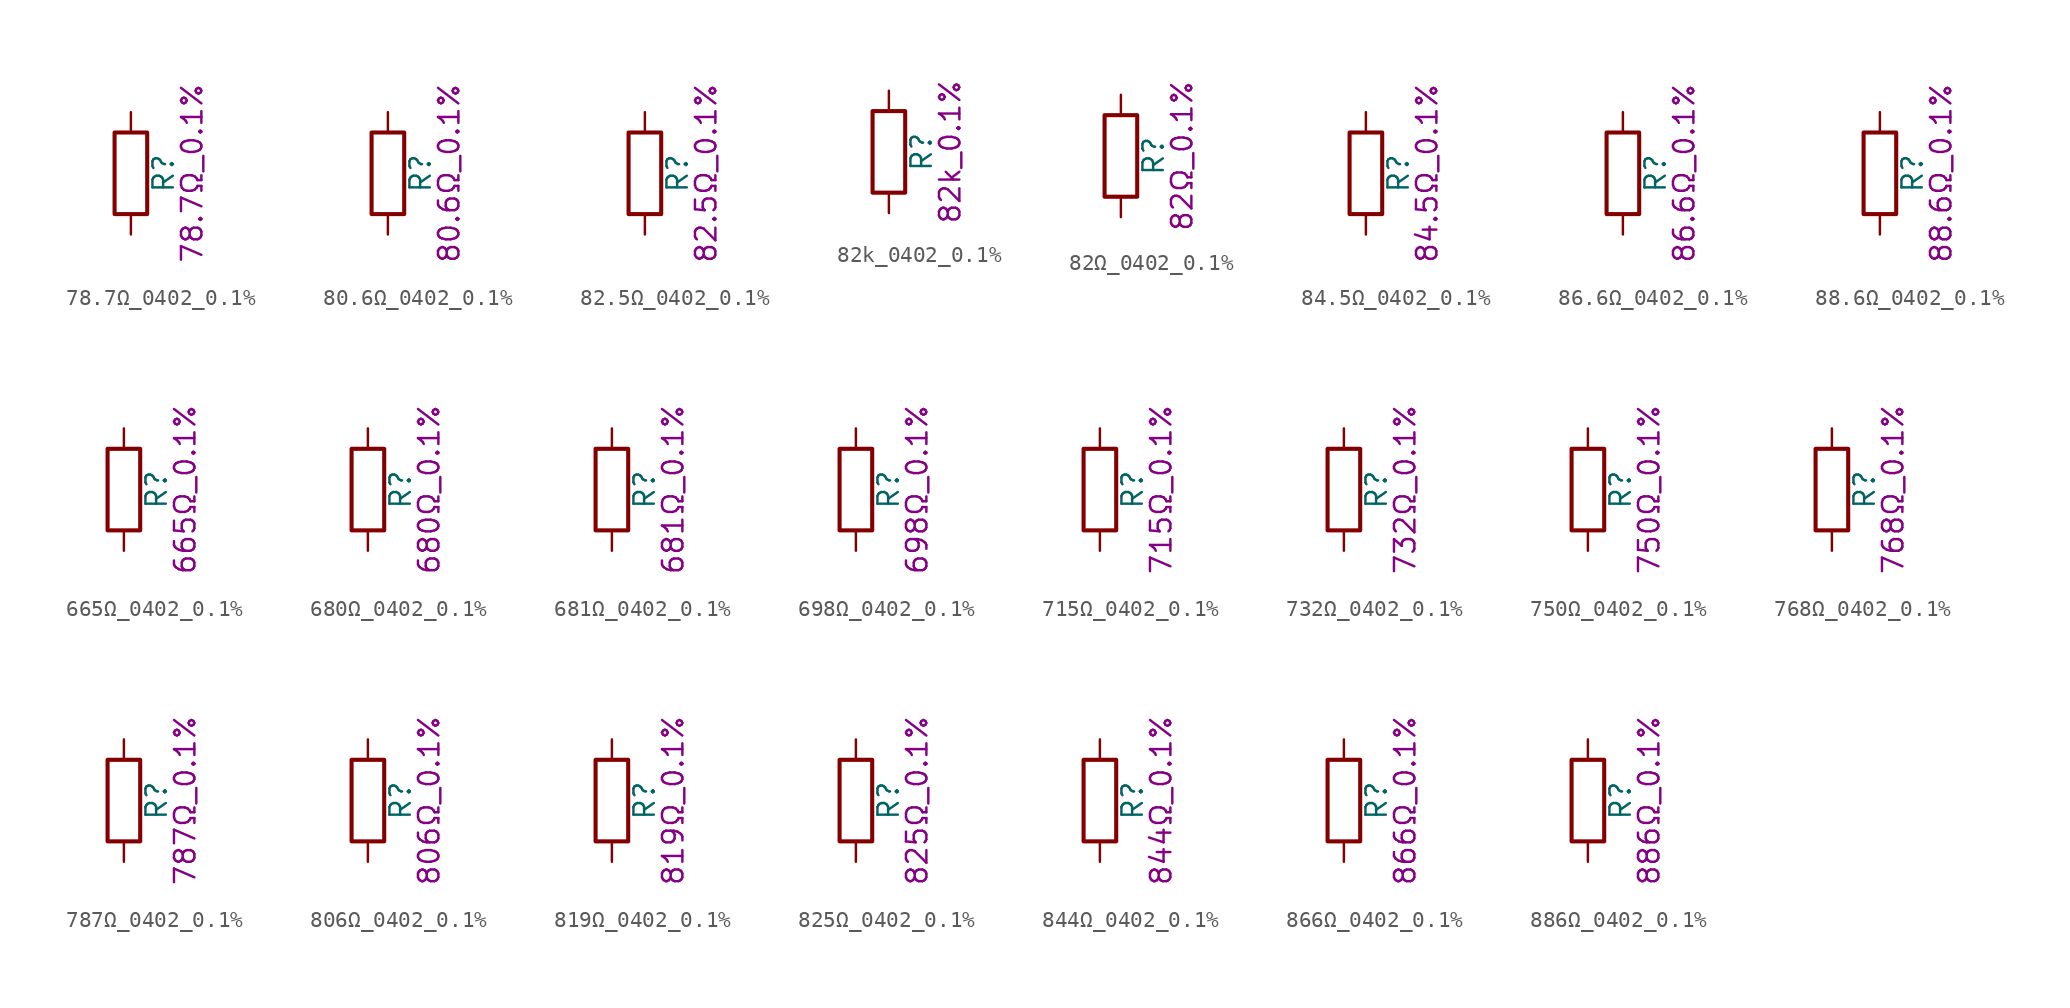
<source format=kicad_sym>
(kicad_symbol_lib
  (version 20211014)
  (generator kicad_symbol_editor)
  (symbol "78.7Ω_0402_0.1%"
    (pin_numbers hide)
    (pin_names
      (offset 0))
    (property "Reference" "R"
      (at 2.032 0 90)
      (effects (font (size 1.27 1.27))))
    (property "Display" "78.7Ω_0.1%"
      (at 3.81 0 90)
      (effects (font (size 1.27 1.27))))
    (symbol "78.7Ω_0402_0.1%_0_1"
      (rectangle (start -1.016 -2.54) (end 1.016 2.54) (stroke (width 0.254) (type default) (color 0 0 0 0)) (fill (type none))))
    (symbol "78.7Ω_0402_0.1%_1_1"
      (pin passive line (at 0 3.81 270) (length 1.27) (name "~" (effects (font (size 1.27 1.27)))) (number "1" (effects (font (size 1.27 1.27)))))
      (pin passive line (at 0 -3.81 90) (length 1.27) (name "~" (effects (font (size 1.27 1.27)))) (number "2" (effects (font (size 1.27 1.27)))))))
  (symbol "80.6Ω_0402_0.1%"
    (pin_numbers hide)
    (pin_names
      (offset 0))
    (property "Reference" "R"
      (at 2.032 0 90)
      (effects (font (size 1.27 1.27))))
    (property "Display" "80.6Ω_0.1%"
      (at 3.81 0 90)
      (effects (font (size 1.27 1.27))))
    (symbol "80.6Ω_0402_0.1%_0_1"
      (rectangle (start -1.016 -2.54) (end 1.016 2.54) (stroke (width 0.254) (type default) (color 0 0 0 0)) (fill (type none))))
    (symbol "80.6Ω_0402_0.1%_1_1"
      (pin passive line (at 0 3.81 270) (length 1.27) (name "~" (effects (font (size 1.27 1.27)))) (number "1" (effects (font (size 1.27 1.27)))))
      (pin passive line (at 0 -3.81 90) (length 1.27) (name "~" (effects (font (size 1.27 1.27)))) (number "2" (effects (font (size 1.27 1.27)))))))
  (symbol "82.5Ω_0402_0.1%"
    (pin_numbers hide)
    (pin_names
      (offset 0))
    (property "Reference" "R"
      (at 2.032 0 90)
      (effects (font (size 1.27 1.27))))
    (property "Display" "82.5Ω_0.1%"
      (at 3.81 0 90)
      (effects (font (size 1.27 1.27))))
    (symbol "82.5Ω_0402_0.1%_0_1"
      (rectangle (start -1.016 -2.54) (end 1.016 2.54) (stroke (width 0.254) (type default) (color 0 0 0 0)) (fill (type none))))
    (symbol "82.5Ω_0402_0.1%_1_1"
      (pin passive line (at 0 3.81 270) (length 1.27) (name "~" (effects (font (size 1.27 1.27)))) (number "1" (effects (font (size 1.27 1.27)))))
      (pin passive line (at 0 -3.81 90) (length 1.27) (name "~" (effects (font (size 1.27 1.27)))) (number "2" (effects (font (size 1.27 1.27)))))))
  (symbol "82k_0402_0.1%"
    (pin_numbers hide)
    (pin_names
      (offset 0))
    (property "Reference" "R"
      (at 2.032 0 90)
      (effects (font (size 1.27 1.27))))
    (property "Display" "82k_0.1%"
      (at 3.81 0 90)
      (effects (font (size 1.27 1.27))))
    (symbol "82k_0402_0.1%_0_1"
      (rectangle (start -1.016 -2.54) (end 1.016 2.54) (stroke (width 0.254) (type default) (color 0 0 0 0)) (fill (type none))))
    (symbol "82k_0402_0.1%_1_1"
      (pin passive line (at 0 3.81 270) (length 1.27) (name "~" (effects (font (size 1.27 1.27)))) (number "1" (effects (font (size 1.27 1.27)))))
      (pin passive line (at 0 -3.81 90) (length 1.27) (name "~" (effects (font (size 1.27 1.27)))) (number "2" (effects (font (size 1.27 1.27)))))))
  (symbol "82Ω_0402_0.1%"
    (pin_numbers hide)
    (pin_names
      (offset 0))
    (property "Reference" "R"
      (at 2.032 0 90)
      (effects (font (size 1.27 1.27))))
    (property "Display" "82Ω_0.1%"
      (at 3.81 0 90)
      (effects (font (size 1.27 1.27))))
    (symbol "82Ω_0402_0.1%_0_1"
      (rectangle (start -1.016 -2.54) (end 1.016 2.54) (stroke (width 0.254) (type default) (color 0 0 0 0)) (fill (type none))))
    (symbol "82Ω_0402_0.1%_1_1"
      (pin passive line (at 0 3.81 270) (length 1.27) (name "~" (effects (font (size 1.27 1.27)))) (number "1" (effects (font (size 1.27 1.27)))))
      (pin passive line (at 0 -3.81 90) (length 1.27) (name "~" (effects (font (size 1.27 1.27)))) (number "2" (effects (font (size 1.27 1.27)))))))
  (symbol "84.5Ω_0402_0.1%"
    (pin_numbers hide)
    (pin_names
      (offset 0))
    (property "Reference" "R"
      (at 2.032 0 90)
      (effects (font (size 1.27 1.27))))
    (property "Display" "84.5Ω_0.1%"
      (at 3.81 0 90)
      (effects (font (size 1.27 1.27))))
    (symbol "84.5Ω_0402_0.1%_0_1"
      (rectangle (start -1.016 -2.54) (end 1.016 2.54) (stroke (width 0.254) (type default) (color 0 0 0 0)) (fill (type none))))
    (symbol "84.5Ω_0402_0.1%_1_1"
      (pin passive line (at 0 3.81 270) (length 1.27) (name "~" (effects (font (size 1.27 1.27)))) (number "1" (effects (font (size 1.27 1.27)))))
      (pin passive line (at 0 -3.81 90) (length 1.27) (name "~" (effects (font (size 1.27 1.27)))) (number "2" (effects (font (size 1.27 1.27)))))))
  (symbol "86.6Ω_0402_0.1%"
    (pin_numbers hide)
    (pin_names
      (offset 0))
    (property "Reference" "R"
      (at 2.032 0 90)
      (effects (font (size 1.27 1.27))))
    (property "Display" "86.6Ω_0.1%"
      (at 3.81 0 90)
      (effects (font (size 1.27 1.27))))
    (symbol "86.6Ω_0402_0.1%_0_1"
      (rectangle (start -1.016 -2.54) (end 1.016 2.54) (stroke (width 0.254) (type default) (color 0 0 0 0)) (fill (type none))))
    (symbol "86.6Ω_0402_0.1%_1_1"
      (pin passive line (at 0 3.81 270) (length 1.27) (name "~" (effects (font (size 1.27 1.27)))) (number "1" (effects (font (size 1.27 1.27)))))
      (pin passive line (at 0 -3.81 90) (length 1.27) (name "~" (effects (font (size 1.27 1.27)))) (number "2" (effects (font (size 1.27 1.27)))))))
  (symbol "88.6Ω_0402_0.1%"
    (pin_numbers hide)
    (pin_names
      (offset 0))
    (property "Reference" "R"
      (at 2.032 0 90)
      (effects (font (size 1.27 1.27))))
    (property "Display" "88.6Ω_0.1%"
      (at 3.81 0 90)
      (effects (font (size 1.27 1.27))))
    (symbol "88.6Ω_0402_0.1%_0_1"
      (rectangle (start -1.016 -2.54) (end 1.016 2.54) (stroke (width 0.254) (type default) (color 0 0 0 0)) (fill (type none))))
    (symbol "88.6Ω_0402_0.1%_1_1"
      (pin passive line (at 0 3.81 270) (length 1.27) (name "~" (effects (font (size 1.27 1.27)))) (number "1" (effects (font (size 1.27 1.27)))))
      (pin passive line (at 0 -3.81 90) (length 1.27) (name "~" (effects (font (size 1.27 1.27)))) (number "2" (effects (font (size 1.27 1.27)))))))
  (symbol "665Ω_0402_0.1%"
    (pin_numbers hide)
    (pin_names
      (offset 0))
    (property "Reference" "R"
      (at 2.032 0 90)
      (effects (font (size 1.27 1.27))))
    (property "Display" "665Ω_0.1%"
      (at 3.81 0 90)
      (effects (font (size 1.27 1.27))))
    (symbol "665Ω_0402_0.1%_0_1"
      (rectangle (start -1.016 -2.54) (end 1.016 2.54) (stroke (width 0.254) (type default) (color 0 0 0 0)) (fill (type none))))
    (symbol "665Ω_0402_0.1%_1_1"
      (pin passive line (at 0 3.81 270) (length 1.27) (name "~" (effects (font (size 1.27 1.27)))) (number "1" (effects (font (size 1.27 1.27)))))
      (pin passive line (at 0 -3.81 90) (length 1.27) (name "~" (effects (font (size 1.27 1.27)))) (number "2" (effects (font (size 1.27 1.27)))))))
  (symbol "680Ω_0402_0.1%"
    (pin_numbers hide)
    (pin_names
      (offset 0))
    (property "Reference" "R"
      (at 2.032 0 90)
      (effects (font (size 1.27 1.27))))
    (property "Display" "680Ω_0.1%"
      (at 3.81 0 90)
      (effects (font (size 1.27 1.27))))
    (symbol "680Ω_0402_0.1%_0_1"
      (rectangle (start -1.016 -2.54) (end 1.016 2.54) (stroke (width 0.254) (type default) (color 0 0 0 0)) (fill (type none))))
    (symbol "680Ω_0402_0.1%_1_1"
      (pin passive line (at 0 3.81 270) (length 1.27) (name "~" (effects (font (size 1.27 1.27)))) (number "1" (effects (font (size 1.27 1.27)))))
      (pin passive line (at 0 -3.81 90) (length 1.27) (name "~" (effects (font (size 1.27 1.27)))) (number "2" (effects (font (size 1.27 1.27)))))))
  (symbol "681Ω_0402_0.1%"
    (pin_numbers hide)
    (pin_names
      (offset 0))
    (property "Reference" "R"
      (at 2.032 0 90)
      (effects (font (size 1.27 1.27))))
    (property "Display" "681Ω_0.1%"
      (at 3.81 0 90)
      (effects (font (size 1.27 1.27))))
    (symbol "681Ω_0402_0.1%_0_1"
      (rectangle (start -1.016 -2.54) (end 1.016 2.54) (stroke (width 0.254) (type default) (color 0 0 0 0)) (fill (type none))))
    (symbol "681Ω_0402_0.1%_1_1"
      (pin passive line (at 0 3.81 270) (length 1.27) (name "~" (effects (font (size 1.27 1.27)))) (number "1" (effects (font (size 1.27 1.27)))))
      (pin passive line (at 0 -3.81 90) (length 1.27) (name "~" (effects (font (size 1.27 1.27)))) (number "2" (effects (font (size 1.27 1.27)))))))
  (symbol "698Ω_0402_0.1%"
    (pin_numbers hide)
    (pin_names
      (offset 0))
    (property "Reference" "R"
      (at 2.032 0 90)
      (effects (font (size 1.27 1.27))))
    (property "Display" "698Ω_0.1%"
      (at 3.81 0 90)
      (effects (font (size 1.27 1.27))))
    (symbol "698Ω_0402_0.1%_0_1"
      (rectangle (start -1.016 -2.54) (end 1.016 2.54) (stroke (width 0.254) (type default) (color 0 0 0 0)) (fill (type none))))
    (symbol "698Ω_0402_0.1%_1_1"
      (pin passive line (at 0 3.81 270) (length 1.27) (name "~" (effects (font (size 1.27 1.27)))) (number "1" (effects (font (size 1.27 1.27)))))
      (pin passive line (at 0 -3.81 90) (length 1.27) (name "~" (effects (font (size 1.27 1.27)))) (number "2" (effects (font (size 1.27 1.27)))))))
  (symbol "715Ω_0402_0.1%"
    (pin_numbers hide)
    (pin_names
      (offset 0))
    (property "Reference" "R"
      (at 2.032 0 90)
      (effects (font (size 1.27 1.27))))
    (property "Display" "715Ω_0.1%"
      (at 3.81 0 90)
      (effects (font (size 1.27 1.27))))
    (symbol "715Ω_0402_0.1%_0_1"
      (rectangle (start -1.016 -2.54) (end 1.016 2.54) (stroke (width 0.254) (type default) (color 0 0 0 0)) (fill (type none))))
    (symbol "715Ω_0402_0.1%_1_1"
      (pin passive line (at 0 3.81 270) (length 1.27) (name "~" (effects (font (size 1.27 1.27)))) (number "1" (effects (font (size 1.27 1.27)))))
      (pin passive line (at 0 -3.81 90) (length 1.27) (name "~" (effects (font (size 1.27 1.27)))) (number "2" (effects (font (size 1.27 1.27)))))))
  (symbol "732Ω_0402_0.1%"
    (pin_numbers hide)
    (pin_names
      (offset 0))
    (property "Reference" "R"
      (at 2.032 0 90)
      (effects (font (size 1.27 1.27))))
    (property "Display" "732Ω_0.1%"
      (at 3.81 0 90)
      (effects (font (size 1.27 1.27))))
    (symbol "732Ω_0402_0.1%_0_1"
      (rectangle (start -1.016 -2.54) (end 1.016 2.54) (stroke (width 0.254) (type default) (color 0 0 0 0)) (fill (type none))))
    (symbol "732Ω_0402_0.1%_1_1"
      (pin passive line (at 0 3.81 270) (length 1.27) (name "~" (effects (font (size 1.27 1.27)))) (number "1" (effects (font (size 1.27 1.27)))))
      (pin passive line (at 0 -3.81 90) (length 1.27) (name "~" (effects (font (size 1.27 1.27)))) (number "2" (effects (font (size 1.27 1.27)))))))
  (symbol "750Ω_0402_0.1%"
    (pin_numbers hide)
    (pin_names
      (offset 0))
    (property "Reference" "R"
      (at 2.032 0 90)
      (effects (font (size 1.27 1.27))))
    (property "Display" "750Ω_0.1%"
      (at 3.81 0 90)
      (effects (font (size 1.27 1.27))))
    (symbol "750Ω_0402_0.1%_0_1"
      (rectangle (start -1.016 -2.54) (end 1.016 2.54) (stroke (width 0.254) (type default) (color 0 0 0 0)) (fill (type none))))
    (symbol "750Ω_0402_0.1%_1_1"
      (pin passive line (at 0 3.81 270) (length 1.27) (name "~" (effects (font (size 1.27 1.27)))) (number "1" (effects (font (size 1.27 1.27)))))
      (pin passive line (at 0 -3.81 90) (length 1.27) (name "~" (effects (font (size 1.27 1.27)))) (number "2" (effects (font (size 1.27 1.27)))))))
  (symbol "768Ω_0402_0.1%"
    (pin_numbers hide)
    (pin_names
      (offset 0))
    (property "Reference" "R"
      (at 2.032 0 90)
      (effects (font (size 1.27 1.27))))
    (property "Display" "768Ω_0.1%"
      (at 3.81 0 90)
      (effects (font (size 1.27 1.27))))
    (symbol "768Ω_0402_0.1%_0_1"
      (rectangle (start -1.016 -2.54) (end 1.016 2.54) (stroke (width 0.254) (type default) (color 0 0 0 0)) (fill (type none))))
    (symbol "768Ω_0402_0.1%_1_1"
      (pin passive line (at 0 3.81 270) (length 1.27) (name "~" (effects (font (size 1.27 1.27)))) (number "1" (effects (font (size 1.27 1.27)))))
      (pin passive line (at 0 -3.81 90) (length 1.27) (name "~" (effects (font (size 1.27 1.27)))) (number "2" (effects (font (size 1.27 1.27)))))))
  (symbol "787Ω_0402_0.1%"
    (pin_numbers hide)
    (pin_names
      (offset 0))
    (property "Reference" "R"
      (at 2.032 0 90)
      (effects (font (size 1.27 1.27))))
    (property "Display" "787Ω_0.1%"
      (at 3.81 0 90)
      (effects (font (size 1.27 1.27))))
    (symbol "787Ω_0402_0.1%_0_1"
      (rectangle (start -1.016 -2.54) (end 1.016 2.54) (stroke (width 0.254) (type default) (color 0 0 0 0)) (fill (type none))))
    (symbol "787Ω_0402_0.1%_1_1"
      (pin passive line (at 0 3.81 270) (length 1.27) (name "~" (effects (font (size 1.27 1.27)))) (number "1" (effects (font (size 1.27 1.27)))))
      (pin passive line (at 0 -3.81 90) (length 1.27) (name "~" (effects (font (size 1.27 1.27)))) (number "2" (effects (font (size 1.27 1.27)))))))
  (symbol "806Ω_0402_0.1%"
    (pin_numbers hide)
    (pin_names
      (offset 0))
    (property "Reference" "R"
      (at 2.032 0 90)
      (effects (font (size 1.27 1.27))))
    (property "Display" "806Ω_0.1%"
      (at 3.81 0 90)
      (effects (font (size 1.27 1.27))))
    (symbol "806Ω_0402_0.1%_0_1"
      (rectangle (start -1.016 -2.54) (end 1.016 2.54) (stroke (width 0.254) (type default) (color 0 0 0 0)) (fill (type none))))
    (symbol "806Ω_0402_0.1%_1_1"
      (pin passive line (at 0 3.81 270) (length 1.27) (name "~" (effects (font (size 1.27 1.27)))) (number "1" (effects (font (size 1.27 1.27)))))
      (pin passive line (at 0 -3.81 90) (length 1.27) (name "~" (effects (font (size 1.27 1.27)))) (number "2" (effects (font (size 1.27 1.27)))))))
  (symbol "819Ω_0402_0.1%"
    (pin_numbers hide)
    (pin_names
      (offset 0))
    (property "Reference" "R"
      (at 2.032 0 90)
      (effects (font (size 1.27 1.27))))
    (property "Display" "819Ω_0.1%"
      (at 3.81 0 90)
      (effects (font (size 1.27 1.27))))
    (symbol "819Ω_0402_0.1%_0_1"
      (rectangle (start -1.016 -2.54) (end 1.016 2.54) (stroke (width 0.254) (type default) (color 0 0 0 0)) (fill (type none))))
    (symbol "819Ω_0402_0.1%_1_1"
      (pin passive line (at 0 3.81 270) (length 1.27) (name "~" (effects (font (size 1.27 1.27)))) (number "1" (effects (font (size 1.27 1.27)))))
      (pin passive line (at 0 -3.81 90) (length 1.27) (name "~" (effects (font (size 1.27 1.27)))) (number "2" (effects (font (size 1.27 1.27)))))))
  (symbol "825Ω_0402_0.1%"
    (pin_numbers hide)
    (pin_names
      (offset 0))
    (property "Reference" "R"
      (at 2.032 0 90)
      (effects (font (size 1.27 1.27))))
    (property "Display" "825Ω_0.1%"
      (at 3.81 0 90)
      (effects (font (size 1.27 1.27))))
    (symbol "825Ω_0402_0.1%_0_1"
      (rectangle (start -1.016 -2.54) (end 1.016 2.54) (stroke (width 0.254) (type default) (color 0 0 0 0)) (fill (type none))))
    (symbol "825Ω_0402_0.1%_1_1"
      (pin passive line (at 0 3.81 270) (length 1.27) (name "~" (effects (font (size 1.27 1.27)))) (number "1" (effects (font (size 1.27 1.27)))))
      (pin passive line (at 0 -3.81 90) (length 1.27) (name "~" (effects (font (size 1.27 1.27)))) (number "2" (effects (font (size 1.27 1.27)))))))
  (symbol "844Ω_0402_0.1%"
    (pin_numbers hide)
    (pin_names
      (offset 0))
    (property "Reference" "R"
      (at 2.032 0 90)
      (effects (font (size 1.27 1.27))))
    (property "Display" "844Ω_0.1%"
      (at 3.81 0 90)
      (effects (font (size 1.27 1.27))))
    (symbol "844Ω_0402_0.1%_0_1"
      (rectangle (start -1.016 -2.54) (end 1.016 2.54) (stroke (width 0.254) (type default) (color 0 0 0 0)) (fill (type none))))
    (symbol "844Ω_0402_0.1%_1_1"
      (pin passive line (at 0 3.81 270) (length 1.27) (name "~" (effects (font (size 1.27 1.27)))) (number "1" (effects (font (size 1.27 1.27)))))
      (pin passive line (at 0 -3.81 90) (length 1.27) (name "~" (effects (font (size 1.27 1.27)))) (number "2" (effects (font (size 1.27 1.27)))))))
  (symbol "866Ω_0402_0.1%"
    (pin_numbers hide)
    (pin_names
      (offset 0))
    (property "Reference" "R"
      (at 2.032 0 90)
      (effects (font (size 1.27 1.27))))
    (property "Display" "866Ω_0.1%"
      (at 3.81 0 90)
      (effects (font (size 1.27 1.27))))
    (symbol "866Ω_0402_0.1%_0_1"
      (rectangle (start -1.016 -2.54) (end 1.016 2.54) (stroke (width 0.254) (type default) (color 0 0 0 0)) (fill (type none))))
    (symbol "866Ω_0402_0.1%_1_1"
      (pin passive line (at 0 3.81 270) (length 1.27) (name "~" (effects (font (size 1.27 1.27)))) (number "1" (effects (font (size 1.27 1.27)))))
      (pin passive line (at 0 -3.81 90) (length 1.27) (name "~" (effects (font (size 1.27 1.27)))) (number "2" (effects (font (size 1.27 1.27)))))))
  (symbol "886Ω_0402_0.1%"
    (pin_numbers hide)
    (pin_names
      (offset 0))
    (property "Reference" "R"
      (at 2.032 0 90)
      (effects (font (size 1.27 1.27))))
    (property "Display" "886Ω_0.1%"
      (at 3.81 0 90)
      (effects (font (size 1.27 1.27))))
    (symbol "886Ω_0402_0.1%_0_1"
      (rectangle (start -1.016 -2.54) (end 1.016 2.54) (stroke (width 0.254) (type default) (color 0 0 0 0)) (fill (type none))))
    (symbol "886Ω_0402_0.1%_1_1"
      (pin passive line (at 0 3.81 270) (length 1.27) (name "~" (effects (font (size 1.27 1.27)))) (number "1" (effects (font (size 1.27 1.27)))))
      (pin passive line (at 0 -3.81 90) (length 1.27) (name "~" (effects (font (size 1.27 1.27)))) (number "2" (effects (font (size 1.27 1.27))))))))
</source>
